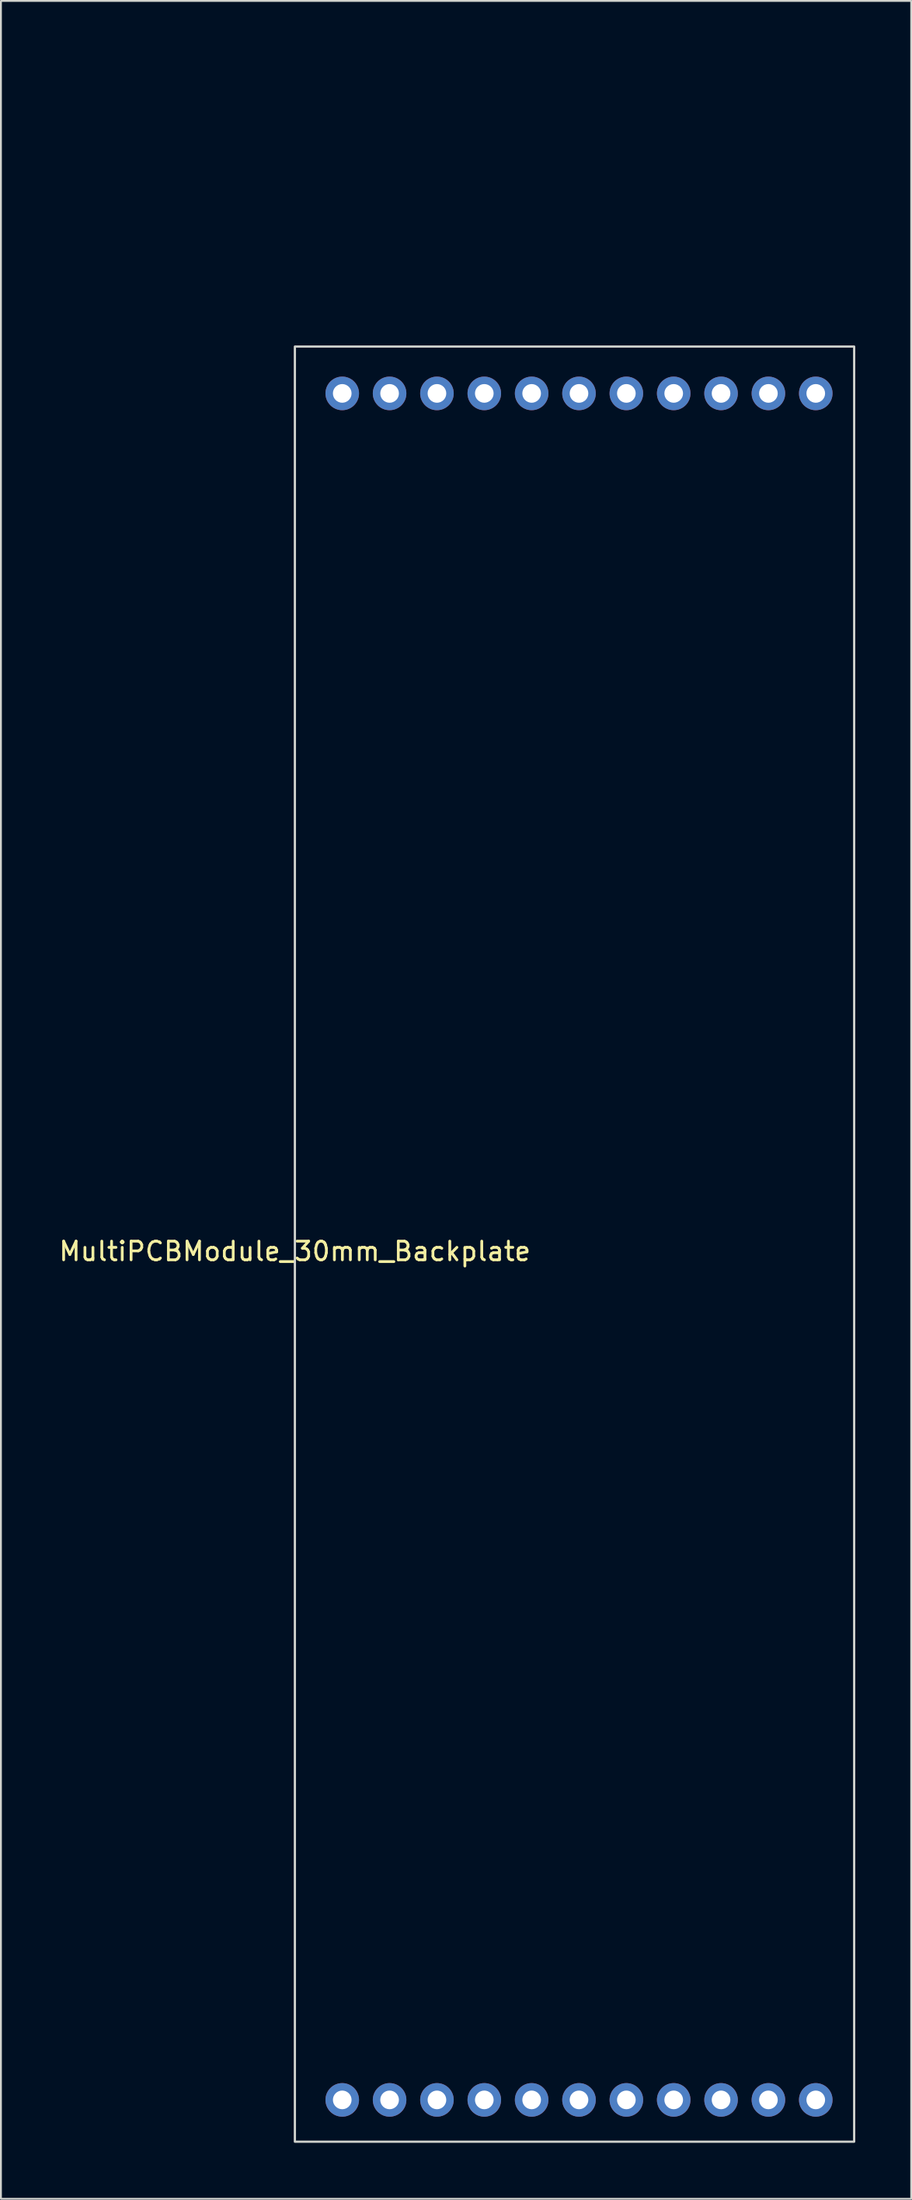
<source format=kicad_pcb>
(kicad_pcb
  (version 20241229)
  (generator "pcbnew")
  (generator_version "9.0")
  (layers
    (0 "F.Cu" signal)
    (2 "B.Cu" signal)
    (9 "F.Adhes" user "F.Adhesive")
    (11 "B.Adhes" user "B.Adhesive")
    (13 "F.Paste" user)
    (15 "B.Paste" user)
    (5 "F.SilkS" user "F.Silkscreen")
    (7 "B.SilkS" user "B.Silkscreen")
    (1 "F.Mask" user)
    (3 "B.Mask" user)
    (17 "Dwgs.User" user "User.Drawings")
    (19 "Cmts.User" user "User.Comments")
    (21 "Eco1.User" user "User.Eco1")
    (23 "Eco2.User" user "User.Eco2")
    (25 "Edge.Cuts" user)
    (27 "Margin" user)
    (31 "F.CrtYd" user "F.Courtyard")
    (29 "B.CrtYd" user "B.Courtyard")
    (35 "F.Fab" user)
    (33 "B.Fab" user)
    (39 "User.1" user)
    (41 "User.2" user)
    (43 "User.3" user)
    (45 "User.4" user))
  (footprint "MultiPCBModule_30mm_Backplate"
    (layer "F.Cu")
    (at 12.768 0.25)
    (property "Reference" "MultiPCBModule_30mm_Backplate" (at 0 63.75 0) (unlocked yes) (layer "F.SilkS") (effects (font (size 1 1) (thickness 0.15))))
    (fp_rect (start 0 15.27) (end 30 111.46) (stroke (width 0.12) (type default)) (fill no) (layer "Edge.Cuts"))
    (pad "1" thru_hole circle (at 2.54 17.78 270) (size 1.8 1.8) (drill 1) (layers "*.Cu" "*.Mask"))
    (pad "2" thru_hole circle (at 5.08 17.78 270) (size 1.8 1.8) (drill 1) (layers "*.Cu" "*.Mask"))
    (pad "3" thru_hole circle (at 7.62 17.78 270) (size 1.8 1.8) (drill 1) (layers "*.Cu" "*.Mask"))
    (pad "4" thru_hole circle (at 10.16 17.78 270) (size 1.8 1.8) (drill 1) (layers "*.Cu" "*.Mask"))
    (pad "5" thru_hole circle (at 12.7 17.78 270) (size 1.8 1.8) (drill 1) (layers "*.Cu" "*.Mask"))
    (pad "6" thru_hole circle (at 15.24 17.78 270) (size 1.8 1.8) (drill 1) (layers "*.Cu" "*.Mask"))
    (pad "7" thru_hole circle (at 17.78 17.78 270) (size 1.8 1.8) (drill 1) (layers "*.Cu" "*.Mask"))
    (pad "8" thru_hole circle (at 20.32 17.78 270) (size 1.8 1.8) (drill 1) (layers "*.Cu" "*.Mask"))
    (pad "9" thru_hole circle (at 22.86 17.78 270) (size 1.8 1.8) (drill 1) (layers "*.Cu" "*.Mask"))
    (pad "10" thru_hole circle (at 25.4 17.78 270) (size 1.8 1.8) (drill 1) (layers "*.Cu" "*.Mask"))
    (pad "11" thru_hole circle (at 27.94 17.78 270) (size 1.8 1.8) (drill 1) (layers "*.Cu" "*.Mask"))
    (pad "12" thru_hole circle (at 27.94 109.22 270) (size 1.8 1.8) (drill 1) (layers "*.Cu" "*.Mask"))
    (pad "13" thru_hole circle (at 25.4 109.22 270) (size 1.8 1.8) (drill 1) (layers "*.Cu" "*.Mask"))
    (pad "14" thru_hole circle (at 22.86 109.22 270) (size 1.8 1.8) (drill 1) (layers "*.Cu" "*.Mask"))
    (pad "15" thru_hole circle (at 20.32 109.22 270) (size 1.8 1.8) (drill 1) (layers "*.Cu" "*.Mask"))
    (pad "16" thru_hole circle (at 17.78 109.22 270) (size 1.8 1.8) (drill 1) (layers "*.Cu" "*.Mask"))
    (pad "17" thru_hole circle (at 15.24 109.22 270) (size 1.8 1.8) (drill 1) (layers "*.Cu" "*.Mask"))
    (pad "18" thru_hole circle (at 12.7 109.22 270) (size 1.8 1.8) (drill 1) (layers "*.Cu" "*.Mask"))
    (pad "19" thru_hole circle (at 10.16 109.22 270) (size 1.8 1.8) (drill 1) (layers "*.Cu" "*.Mask"))
    (pad "20" thru_hole circle (at 7.62 109.22 270) (size 1.8 1.8) (drill 1) (layers "*.Cu" "*.Mask"))
    (pad "21" thru_hole circle (at 5.08 109.22 270) (size 1.8 1.8) (drill 1) (layers "*.Cu" "*.Mask"))
    (pad "22" thru_hole circle (at 2.54 109.22 270) (size 1.8 1.8) (drill 1) (layers "*.Cu" "*.Mask")))
  (gr_rect
    (start -3 -3)
    (end 45.828 114.77)
    (stroke (width 0.1) (type default))
    (fill no)
    (layer "Edge.Cuts")))
</source>
